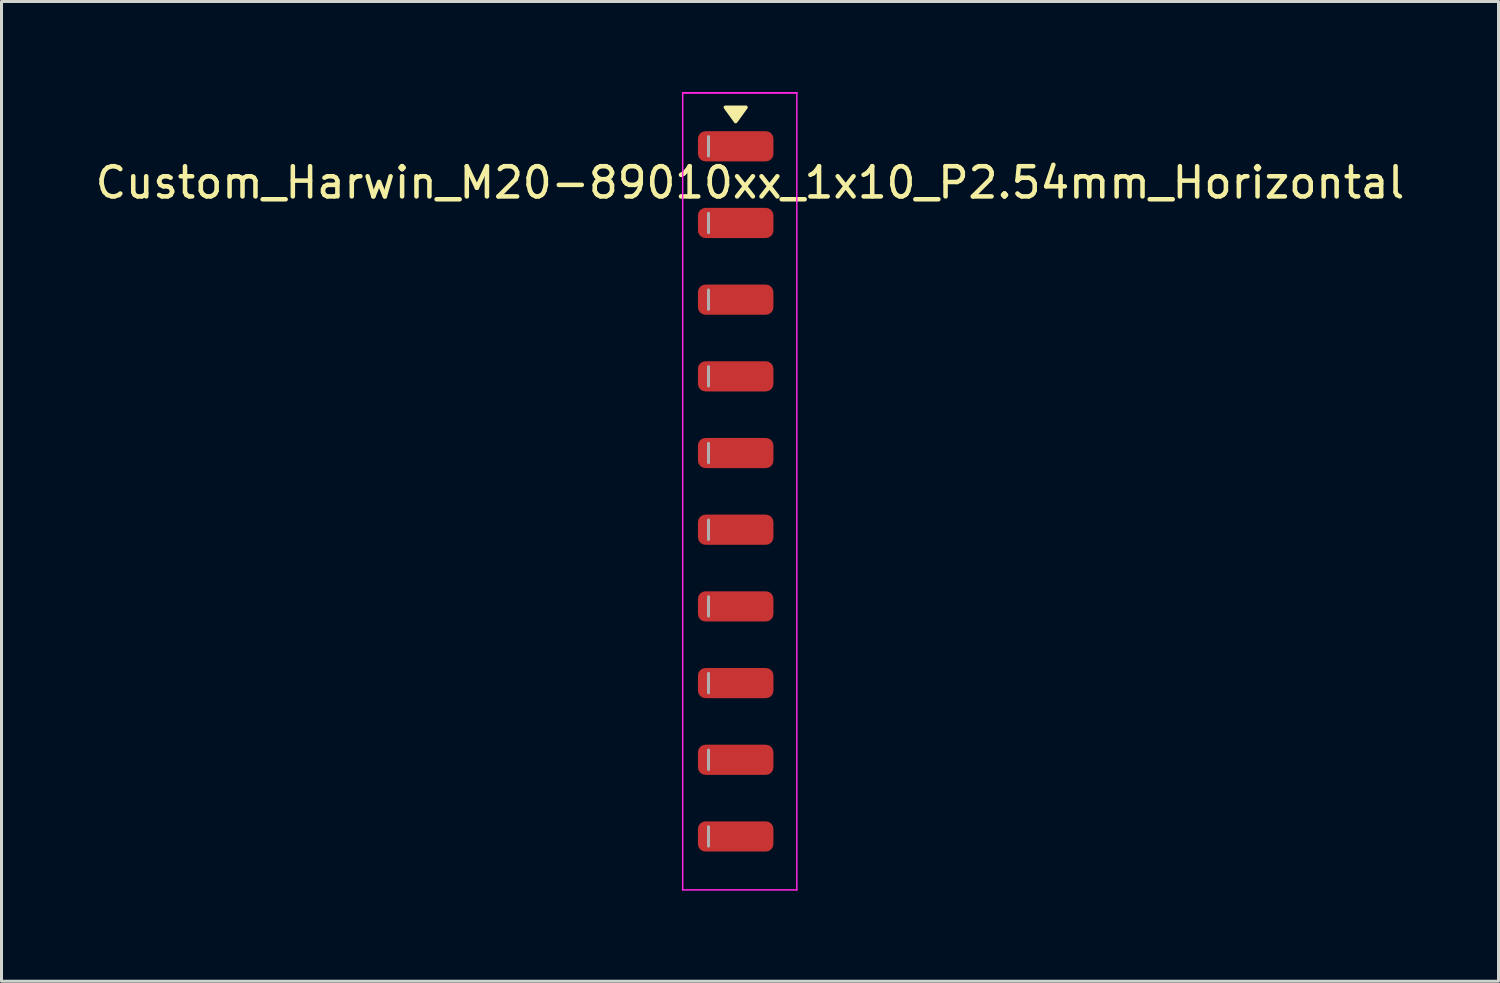
<source format=kicad_pcb>
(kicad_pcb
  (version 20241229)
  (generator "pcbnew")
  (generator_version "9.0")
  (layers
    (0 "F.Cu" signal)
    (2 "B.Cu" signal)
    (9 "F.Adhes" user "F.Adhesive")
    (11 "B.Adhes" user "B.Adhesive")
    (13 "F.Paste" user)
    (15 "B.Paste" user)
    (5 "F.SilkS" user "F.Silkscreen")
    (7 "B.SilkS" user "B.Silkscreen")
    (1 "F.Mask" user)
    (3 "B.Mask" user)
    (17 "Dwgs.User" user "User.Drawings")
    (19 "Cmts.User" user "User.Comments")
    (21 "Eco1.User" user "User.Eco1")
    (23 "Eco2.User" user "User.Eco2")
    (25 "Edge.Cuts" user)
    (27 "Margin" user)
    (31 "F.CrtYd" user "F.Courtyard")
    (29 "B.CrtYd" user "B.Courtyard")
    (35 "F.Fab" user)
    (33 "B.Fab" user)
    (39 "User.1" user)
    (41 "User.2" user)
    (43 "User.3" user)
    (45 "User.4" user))
  (footprint "Custom_Harwin_M20-89010xx_1x10_P2.54mm_Horizontal"
    (layer "F.Cu")
    (at 26.842 13.225)
    (property "Reference" "Custom_Harwin_M20-89010xx_1x10_P2.54mm_Horizontal" (at -5.05 -10.225 180) (layer "F.SilkS") (effects (font (size 1 1) (thickness 0.15))))
    (attr smd)
    (fp_poly (pts (xy -5.525 -12.25) (xy -5.865 -12.72) (xy -5.185 -12.72)) (stroke (width 0.12) (type solid)) (fill yes) (layer "F.SilkS"))
    (fp_line (start -7.28 -13.2) (end -3.5 -13.2) (stroke (width 0.05) (type solid)) (layer "F.CrtYd"))
    (fp_line (start -7.28 -13.2) (end -3.5 -13.2) (stroke (width 0.05) (type solid)) (layer "F.CrtYd"))
    (fp_line (start -7.28 13.2) (end -7.28 -13.2) (stroke (width 0.05) (type solid)) (layer "F.CrtYd"))
    (fp_line (start -7.28 13.2) (end -3.5 13.2) (stroke (width 0.05) (type solid)) (layer "F.CrtYd"))
    (fp_line (start -3.5 13.2) (end -3.5 -13.2) (stroke (width 0.05) (type solid)) (layer "F.CrtYd"))
    (fp_line (start -6.425 -11.75) (end -6.425 -11.11) (stroke (width 0.1) (type solid)) (layer "F.Fab"))
    (fp_line (start -6.425 -9.21) (end -6.425 -8.57) (stroke (width 0.1) (type solid)) (layer "F.Fab"))
    (fp_line (start -6.425 -6.67) (end -6.425 -6.03) (stroke (width 0.1) (type solid)) (layer "F.Fab"))
    (fp_line (start -6.425 -4.13) (end -6.425 -3.49) (stroke (width 0.1) (type solid)) (layer "F.Fab"))
    (fp_line (start -6.425 -1.59) (end -6.425 -0.95) (stroke (width 0.1) (type solid)) (layer "F.Fab"))
    (fp_line (start -6.425 0.95) (end -6.425 1.59) (stroke (width 0.1) (type solid)) (layer "F.Fab"))
    (fp_line (start -6.425 3.49) (end -6.425 4.13) (stroke (width 0.1) (type solid)) (layer "F.Fab"))
    (fp_line (start -6.425 6.03) (end -6.425 6.67) (stroke (width 0.1) (type solid)) (layer "F.Fab"))
    (fp_line (start -6.425 8.57) (end -6.425 9.21) (stroke (width 0.1) (type solid)) (layer "F.Fab"))
    (fp_line (start -6.425 11.11) (end -6.425 11.75) (stroke (width 0.1) (type solid)) (layer "F.Fab"))
    (pad "1" smd roundrect (at -5.525 -11.43) (size 2.5 1) (layers "F.Cu" "F.Mask" "F.Paste") (roundrect_rratio 0.25))
    (pad "2" smd roundrect (at -5.525 -8.89) (size 2.5 1) (layers "F.Cu" "F.Mask" "F.Paste") (roundrect_rratio 0.25))
    (pad "3" smd roundrect (at -5.525 -6.35) (size 2.5 1) (layers "F.Cu" "F.Mask" "F.Paste") (roundrect_rratio 0.25))
    (pad "4" smd roundrect (at -5.525 -3.81) (size 2.5 1) (layers "F.Cu" "F.Mask" "F.Paste") (roundrect_rratio 0.25))
    (pad "5" smd roundrect (at -5.525 -1.27) (size 2.5 1) (layers "F.Cu" "F.Mask" "F.Paste") (roundrect_rratio 0.25))
    (pad "6" smd roundrect (at -5.525 1.27) (size 2.5 1) (layers "F.Cu" "F.Mask" "F.Paste") (roundrect_rratio 0.25))
    (pad "7" smd roundrect (at -5.525 3.81) (size 2.5 1) (layers "F.Cu" "F.Mask" "F.Paste") (roundrect_rratio 0.25))
    (pad "8" smd roundrect (at -5.525 6.35) (size 2.5 1) (layers "F.Cu" "F.Mask" "F.Paste") (roundrect_rratio 0.25))
    (pad "9" smd roundrect (at -5.525 8.89) (size 2.5 1) (layers "F.Cu" "F.Mask" "F.Paste") (roundrect_rratio 0.25))
    (pad "10" smd roundrect (at -5.525 11.43) (size 2.5 1) (layers "F.Cu" "F.Mask" "F.Paste") (roundrect_rratio 0.25)))
  (gr_rect
    (start -3 -3)
    (end 46.583 29.45)
    (stroke (width 0.1) (type default))
    (fill no)
    (layer "Edge.Cuts")))
</source>
